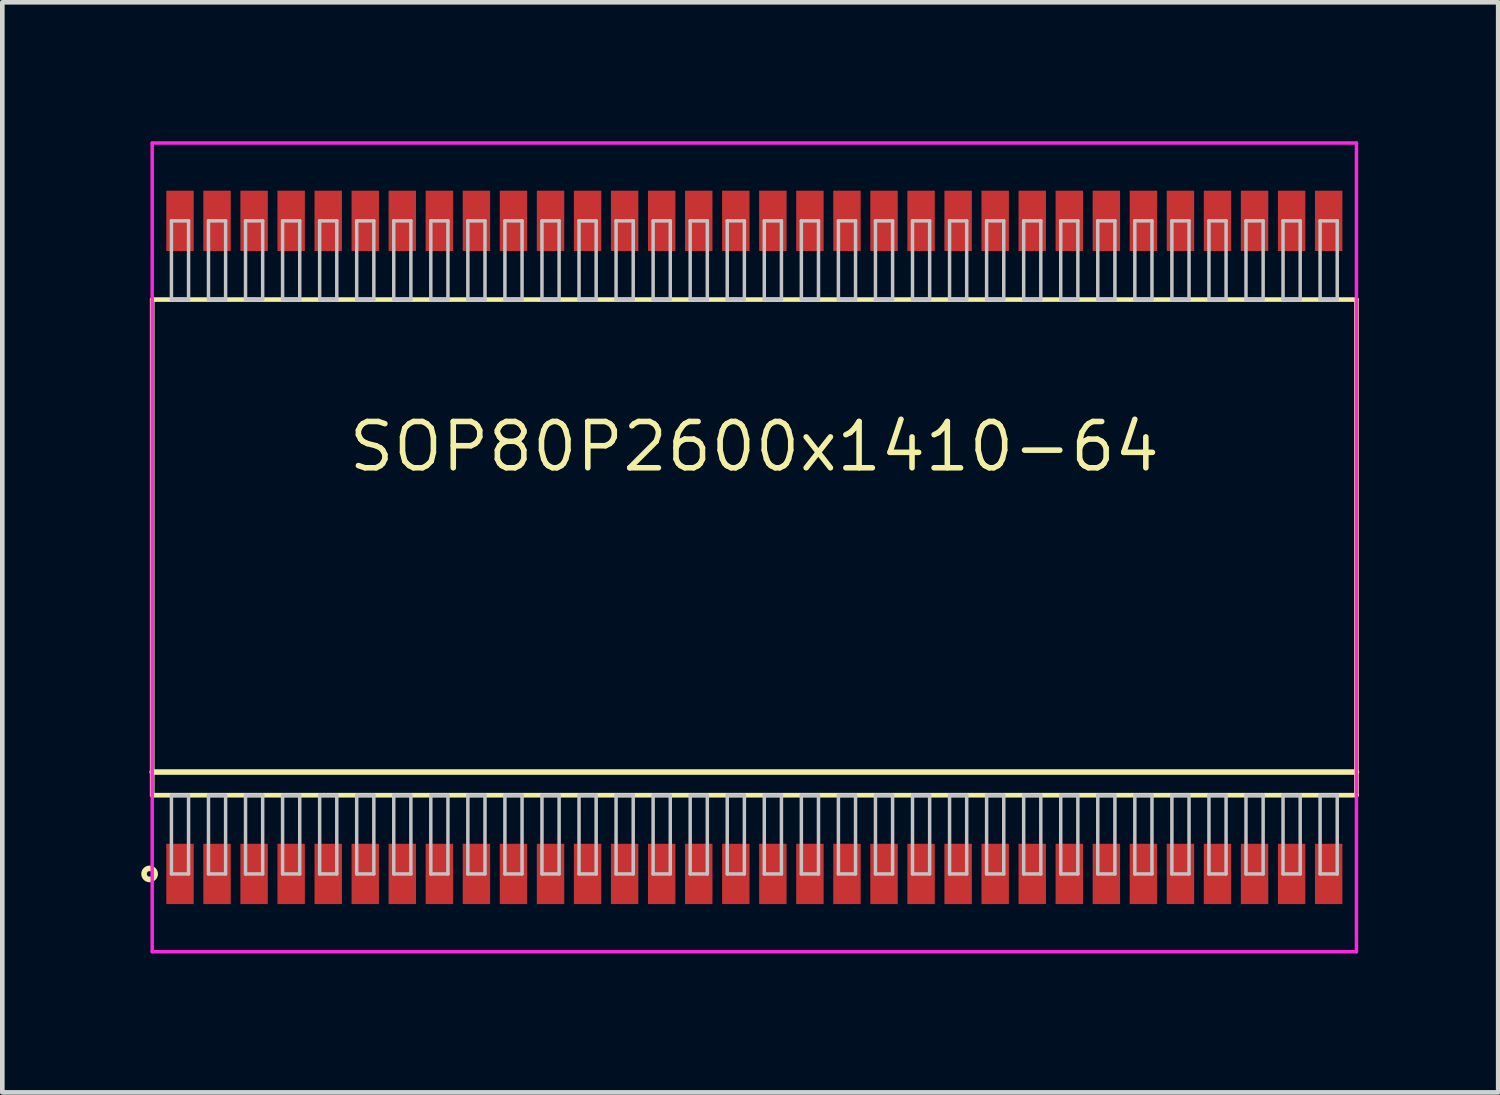
<source format=kicad_pcb>
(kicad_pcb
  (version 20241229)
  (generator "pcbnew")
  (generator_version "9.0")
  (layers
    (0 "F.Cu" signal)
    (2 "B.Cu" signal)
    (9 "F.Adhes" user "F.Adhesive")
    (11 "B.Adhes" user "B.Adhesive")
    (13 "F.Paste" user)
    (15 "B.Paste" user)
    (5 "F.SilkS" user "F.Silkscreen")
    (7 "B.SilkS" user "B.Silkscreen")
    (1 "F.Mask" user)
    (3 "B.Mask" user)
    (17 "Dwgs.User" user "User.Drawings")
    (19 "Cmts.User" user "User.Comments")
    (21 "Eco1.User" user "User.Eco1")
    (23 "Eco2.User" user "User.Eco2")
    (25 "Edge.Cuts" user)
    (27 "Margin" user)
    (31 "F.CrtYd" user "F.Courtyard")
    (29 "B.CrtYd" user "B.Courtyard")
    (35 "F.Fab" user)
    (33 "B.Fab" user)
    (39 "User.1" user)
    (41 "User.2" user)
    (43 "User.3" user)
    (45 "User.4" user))
  (footprint "SOP80P2600x1410-64"
    (layer "F.Cu")
    (at 13.236 8.768)
    (property "Reference" "SOP80P2600x1410-64" (at 0 -2.175 0) (layer "F.SilkS") (effects (font (size 1 1) (thickness 0.12))))
    (attr through_hole)
    (fp_line (start -13 -5.35) (end -13 5.35) (stroke (width 0.1) (type solid)) (layer "F.SilkS"))
    (fp_line (start -13 4.85) (end 13 4.85) (stroke (width 0.12) (type solid)) (layer "F.SilkS"))
    (fp_line (start -13 5.35) (end 13 5.35) (stroke (width 0.1) (type solid)) (layer "F.SilkS"))
    (fp_line (start 13 -5.35) (end -13 -5.35) (stroke (width 0.1) (type solid)) (layer "F.SilkS"))
    (fp_line (start 13 5.35) (end 13 -5.35) (stroke (width 0.1) (type solid)) (layer "F.SilkS"))
    (fp_circle (center -13.056 7.05) (end -12.936 7.05) (stroke (width 0.12) (type solid)) (fill no) (layer "F.SilkS"))
    (fp_line (start -12.585 -7.05) (end -12.585 -5.35) (stroke (width 0.075) (type solid)) (layer "Dwgs.User"))
    (fp_line (start -12.585 -5.35) (end -12.215 -5.35) (stroke (width 0.075) (type solid)) (layer "Dwgs.User"))
    (fp_line (start -12.585 5.35) (end -12.215 5.35) (stroke (width 0.075) (type solid)) (layer "Dwgs.User"))
    (fp_line (start -12.585 7.05) (end -12.585 5.35) (stroke (width 0.075) (type solid)) (layer "Dwgs.User"))
    (fp_line (start -12.215 -7.05) (end -12.585 -7.05) (stroke (width 0.075) (type solid)) (layer "Dwgs.User"))
    (fp_line (start -12.215 -5.35) (end -12.215 -7.05) (stroke (width 0.075) (type solid)) (layer "Dwgs.User"))
    (fp_line (start -12.215 5.35) (end -12.215 7.05) (stroke (width 0.075) (type solid)) (layer "Dwgs.User"))
    (fp_line (start -12.215 7.05) (end -12.585 7.05) (stroke (width 0.075) (type solid)) (layer "Dwgs.User"))
    (fp_line (start -11.785 -7.05) (end -11.785 -5.35) (stroke (width 0.075) (type solid)) (layer "Dwgs.User"))
    (fp_line (start -11.785 -5.35) (end -11.415 -5.35) (stroke (width 0.075) (type solid)) (layer "Dwgs.User"))
    (fp_line (start -11.785 5.35) (end -11.415 5.35) (stroke (width 0.075) (type solid)) (layer "Dwgs.User"))
    (fp_line (start -11.785 7.05) (end -11.785 5.35) (stroke (width 0.075) (type solid)) (layer "Dwgs.User"))
    (fp_line (start -11.415 -7.05) (end -11.785 -7.05) (stroke (width 0.075) (type solid)) (layer "Dwgs.User"))
    (fp_line (start -11.415 -5.35) (end -11.415 -7.05) (stroke (width 0.075) (type solid)) (layer "Dwgs.User"))
    (fp_line (start -11.415 5.35) (end -11.415 7.05) (stroke (width 0.075) (type solid)) (layer "Dwgs.User"))
    (fp_line (start -11.415 7.05) (end -11.785 7.05) (stroke (width 0.075) (type solid)) (layer "Dwgs.User"))
    (fp_line (start -10.985 -7.05) (end -10.985 -5.35) (stroke (width 0.075) (type solid)) (layer "Dwgs.User"))
    (fp_line (start -10.985 -5.35) (end -10.615 -5.35) (stroke (width 0.075) (type solid)) (layer "Dwgs.User"))
    (fp_line (start -10.985 5.35) (end -10.615 5.35) (stroke (width 0.075) (type solid)) (layer "Dwgs.User"))
    (fp_line (start -10.985 7.05) (end -10.985 5.35) (stroke (width 0.075) (type solid)) (layer "Dwgs.User"))
    (fp_line (start -10.615 -7.05) (end -10.985 -7.05) (stroke (width 0.075) (type solid)) (layer "Dwgs.User"))
    (fp_line (start -10.615 -5.35) (end -10.615 -7.05) (stroke (width 0.075) (type solid)) (layer "Dwgs.User"))
    (fp_line (start -10.615 5.35) (end -10.615 7.05) (stroke (width 0.075) (type solid)) (layer "Dwgs.User"))
    (fp_line (start -10.615 7.05) (end -10.985 7.05) (stroke (width 0.075) (type solid)) (layer "Dwgs.User"))
    (fp_line (start -10.185 -7.05) (end -10.185 -5.35) (stroke (width 0.075) (type solid)) (layer "Dwgs.User"))
    (fp_line (start -10.185 -5.35) (end -9.815 -5.35) (stroke (width 0.075) (type solid)) (layer "Dwgs.User"))
    (fp_line (start -10.185 5.35) (end -9.815 5.35) (stroke (width 0.075) (type solid)) (layer "Dwgs.User"))
    (fp_line (start -10.185 7.05) (end -10.185 5.35) (stroke (width 0.075) (type solid)) (layer "Dwgs.User"))
    (fp_line (start -9.815 -7.05) (end -10.185 -7.05) (stroke (width 0.075) (type solid)) (layer "Dwgs.User"))
    (fp_line (start -9.815 -5.35) (end -9.815 -7.05) (stroke (width 0.075) (type solid)) (layer "Dwgs.User"))
    (fp_line (start -9.815 5.35) (end -9.815 7.05) (stroke (width 0.075) (type solid)) (layer "Dwgs.User"))
    (fp_line (start -9.815 7.05) (end -10.185 7.05) (stroke (width 0.075) (type solid)) (layer "Dwgs.User"))
    (fp_line (start -9.385 -7.05) (end -9.385 -5.35) (stroke (width 0.075) (type solid)) (layer "Dwgs.User"))
    (fp_line (start -9.385 -5.35) (end -9.015 -5.35) (stroke (width 0.075) (type solid)) (layer "Dwgs.User"))
    (fp_line (start -9.385 5.35) (end -9.015 5.35) (stroke (width 0.075) (type solid)) (layer "Dwgs.User"))
    (fp_line (start -9.385 7.05) (end -9.385 5.35) (stroke (width 0.075) (type solid)) (layer "Dwgs.User"))
    (fp_line (start -9.015 -7.05) (end -9.385 -7.05) (stroke (width 0.075) (type solid)) (layer "Dwgs.User"))
    (fp_line (start -9.015 -5.35) (end -9.015 -7.05) (stroke (width 0.075) (type solid)) (layer "Dwgs.User"))
    (fp_line (start -9.015 5.35) (end -9.015 7.05) (stroke (width 0.075) (type solid)) (layer "Dwgs.User"))
    (fp_line (start -9.015 7.05) (end -9.385 7.05) (stroke (width 0.075) (type solid)) (layer "Dwgs.User"))
    (fp_line (start -8.585 -7.05) (end -8.585 -5.35) (stroke (width 0.075) (type solid)) (layer "Dwgs.User"))
    (fp_line (start -8.585 -5.35) (end -8.215 -5.35) (stroke (width 0.075) (type solid)) (layer "Dwgs.User"))
    (fp_line (start -8.585 5.35) (end -8.215 5.35) (stroke (width 0.075) (type solid)) (layer "Dwgs.User"))
    (fp_line (start -8.585 7.05) (end -8.585 5.35) (stroke (width 0.075) (type solid)) (layer "Dwgs.User"))
    (fp_line (start -8.215 -7.05) (end -8.585 -7.05) (stroke (width 0.075) (type solid)) (layer "Dwgs.User"))
    (fp_line (start -8.215 -5.35) (end -8.215 -7.05) (stroke (width 0.075) (type solid)) (layer "Dwgs.User"))
    (fp_line (start -8.215 5.35) (end -8.215 7.05) (stroke (width 0.075) (type solid)) (layer "Dwgs.User"))
    (fp_line (start -8.215 7.05) (end -8.585 7.05) (stroke (width 0.075) (type solid)) (layer "Dwgs.User"))
    (fp_line (start -7.785 -7.05) (end -7.785 -5.35) (stroke (width 0.075) (type solid)) (layer "Dwgs.User"))
    (fp_line (start -7.785 -5.35) (end -7.415 -5.35) (stroke (width 0.075) (type solid)) (layer "Dwgs.User"))
    (fp_line (start -7.785 5.35) (end -7.415 5.35) (stroke (width 0.075) (type solid)) (layer "Dwgs.User"))
    (fp_line (start -7.785 7.05) (end -7.785 5.35) (stroke (width 0.075) (type solid)) (layer "Dwgs.User"))
    (fp_line (start -7.415 -7.05) (end -7.785 -7.05) (stroke (width 0.075) (type solid)) (layer "Dwgs.User"))
    (fp_line (start -7.415 -5.35) (end -7.415 -7.05) (stroke (width 0.075) (type solid)) (layer "Dwgs.User"))
    (fp_line (start -7.415 5.35) (end -7.415 7.05) (stroke (width 0.075) (type solid)) (layer "Dwgs.User"))
    (fp_line (start -7.415 7.05) (end -7.785 7.05) (stroke (width 0.075) (type solid)) (layer "Dwgs.User"))
    (fp_line (start -6.985 -7.05) (end -6.985 -5.35) (stroke (width 0.075) (type solid)) (layer "Dwgs.User"))
    (fp_line (start -6.985 -5.35) (end -6.615 -5.35) (stroke (width 0.075) (type solid)) (layer "Dwgs.User"))
    (fp_line (start -6.985 5.35) (end -6.615 5.35) (stroke (width 0.075) (type solid)) (layer "Dwgs.User"))
    (fp_line (start -6.985 7.05) (end -6.985 5.35) (stroke (width 0.075) (type solid)) (layer "Dwgs.User"))
    (fp_line (start -6.615 -7.05) (end -6.985 -7.05) (stroke (width 0.075) (type solid)) (layer "Dwgs.User"))
    (fp_line (start -6.615 -5.35) (end -6.615 -7.05) (stroke (width 0.075) (type solid)) (layer "Dwgs.User"))
    (fp_line (start -6.615 5.35) (end -6.615 7.05) (stroke (width 0.075) (type solid)) (layer "Dwgs.User"))
    (fp_line (start -6.615 7.05) (end -6.985 7.05) (stroke (width 0.075) (type solid)) (layer "Dwgs.User"))
    (fp_line (start -6.185 -7.05) (end -6.185 -5.35) (stroke (width 0.075) (type solid)) (layer "Dwgs.User"))
    (fp_line (start -6.185 -5.35) (end -5.815 -5.35) (stroke (width 0.075) (type solid)) (layer "Dwgs.User"))
    (fp_line (start -6.185 5.35) (end -5.815 5.35) (stroke (width 0.075) (type solid)) (layer "Dwgs.User"))
    (fp_line (start -6.185 7.05) (end -6.185 5.35) (stroke (width 0.075) (type solid)) (layer "Dwgs.User"))
    (fp_line (start -5.815 -7.05) (end -6.185 -7.05) (stroke (width 0.075) (type solid)) (layer "Dwgs.User"))
    (fp_line (start -5.815 -5.35) (end -5.815 -7.05) (stroke (width 0.075) (type solid)) (layer "Dwgs.User"))
    (fp_line (start -5.815 5.35) (end -5.815 7.05) (stroke (width 0.075) (type solid)) (layer "Dwgs.User"))
    (fp_line (start -5.815 7.05) (end -6.185 7.05) (stroke (width 0.075) (type solid)) (layer "Dwgs.User"))
    (fp_line (start -5.385 -7.05) (end -5.385 -5.35) (stroke (width 0.075) (type solid)) (layer "Dwgs.User"))
    (fp_line (start -5.385 -5.35) (end -5.015 -5.35) (stroke (width 0.075) (type solid)) (layer "Dwgs.User"))
    (fp_line (start -5.385 5.35) (end -5.015 5.35) (stroke (width 0.075) (type solid)) (layer "Dwgs.User"))
    (fp_line (start -5.385 7.05) (end -5.385 5.35) (stroke (width 0.075) (type solid)) (layer "Dwgs.User"))
    (fp_line (start -5.015 -7.05) (end -5.385 -7.05) (stroke (width 0.075) (type solid)) (layer "Dwgs.User"))
    (fp_line (start -5.015 -5.35) (end -5.015 -7.05) (stroke (width 0.075) (type solid)) (layer "Dwgs.User"))
    (fp_line (start -5.015 5.35) (end -5.015 7.05) (stroke (width 0.075) (type solid)) (layer "Dwgs.User"))
    (fp_line (start -5.015 7.05) (end -5.385 7.05) (stroke (width 0.075) (type solid)) (layer "Dwgs.User"))
    (fp_line (start -4.585 -7.05) (end -4.585 -5.35) (stroke (width 0.075) (type solid)) (layer "Dwgs.User"))
    (fp_line (start -4.585 -5.35) (end -4.215 -5.35) (stroke (width 0.075) (type solid)) (layer "Dwgs.User"))
    (fp_line (start -4.585 5.35) (end -4.215 5.35) (stroke (width 0.075) (type solid)) (layer "Dwgs.User"))
    (fp_line (start -4.585 7.05) (end -4.585 5.35) (stroke (width 0.075) (type solid)) (layer "Dwgs.User"))
    (fp_line (start -4.215 -7.05) (end -4.585 -7.05) (stroke (width 0.075) (type solid)) (layer "Dwgs.User"))
    (fp_line (start -4.215 -5.35) (end -4.215 -7.05) (stroke (width 0.075) (type solid)) (layer "Dwgs.User"))
    (fp_line (start -4.215 5.35) (end -4.215 7.05) (stroke (width 0.075) (type solid)) (layer "Dwgs.User"))
    (fp_line (start -4.215 7.05) (end -4.585 7.05) (stroke (width 0.075) (type solid)) (layer "Dwgs.User"))
    (fp_line (start -3.785 -7.05) (end -3.785 -5.35) (stroke (width 0.075) (type solid)) (layer "Dwgs.User"))
    (fp_line (start -3.785 -5.35) (end -3.415 -5.35) (stroke (width 0.075) (type solid)) (layer "Dwgs.User"))
    (fp_line (start -3.785 5.35) (end -3.415 5.35) (stroke (width 0.075) (type solid)) (layer "Dwgs.User"))
    (fp_line (start -3.785 7.05) (end -3.785 5.35) (stroke (width 0.075) (type solid)) (layer "Dwgs.User"))
    (fp_line (start -3.415 -7.05) (end -3.785 -7.05) (stroke (width 0.075) (type solid)) (layer "Dwgs.User"))
    (fp_line (start -3.415 -5.35) (end -3.415 -7.05) (stroke (width 0.075) (type solid)) (layer "Dwgs.User"))
    (fp_line (start -3.415 5.35) (end -3.415 7.05) (stroke (width 0.075) (type solid)) (layer "Dwgs.User"))
    (fp_line (start -3.415 7.05) (end -3.785 7.05) (stroke (width 0.075) (type solid)) (layer "Dwgs.User"))
    (fp_line (start -2.985 -7.05) (end -2.985 -5.35) (stroke (width 0.075) (type solid)) (layer "Dwgs.User"))
    (fp_line (start -2.985 -5.35) (end -2.615 -5.35) (stroke (width 0.075) (type solid)) (layer "Dwgs.User"))
    (fp_line (start -2.985 5.35) (end -2.615 5.35) (stroke (width 0.075) (type solid)) (layer "Dwgs.User"))
    (fp_line (start -2.985 7.05) (end -2.985 5.35) (stroke (width 0.075) (type solid)) (layer "Dwgs.User"))
    (fp_line (start -2.615 -7.05) (end -2.985 -7.05) (stroke (width 0.075) (type solid)) (layer "Dwgs.User"))
    (fp_line (start -2.615 -5.35) (end -2.615 -7.05) (stroke (width 0.075) (type solid)) (layer "Dwgs.User"))
    (fp_line (start -2.615 5.35) (end -2.615 7.05) (stroke (width 0.075) (type solid)) (layer "Dwgs.User"))
    (fp_line (start -2.615 7.05) (end -2.985 7.05) (stroke (width 0.075) (type solid)) (layer "Dwgs.User"))
    (fp_line (start -2.185 -7.05) (end -2.185 -5.35) (stroke (width 0.075) (type solid)) (layer "Dwgs.User"))
    (fp_line (start -2.185 -5.35) (end -1.815 -5.35) (stroke (width 0.075) (type solid)) (layer "Dwgs.User"))
    (fp_line (start -2.185 5.35) (end -1.815 5.35) (stroke (width 0.075) (type solid)) (layer "Dwgs.User"))
    (fp_line (start -2.185 7.05) (end -2.185 5.35) (stroke (width 0.075) (type solid)) (layer "Dwgs.User"))
    (fp_line (start -1.815 -7.05) (end -2.185 -7.05) (stroke (width 0.075) (type solid)) (layer "Dwgs.User"))
    (fp_line (start -1.815 -5.35) (end -1.815 -7.05) (stroke (width 0.075) (type solid)) (layer "Dwgs.User"))
    (fp_line (start -1.815 5.35) (end -1.815 7.05) (stroke (width 0.075) (type solid)) (layer "Dwgs.User"))
    (fp_line (start -1.815 7.05) (end -2.185 7.05) (stroke (width 0.075) (type solid)) (layer "Dwgs.User"))
    (fp_line (start -1.385 -7.05) (end -1.385 -5.35) (stroke (width 0.075) (type solid)) (layer "Dwgs.User"))
    (fp_line (start -1.385 -5.35) (end -1.015 -5.35) (stroke (width 0.075) (type solid)) (layer "Dwgs.User"))
    (fp_line (start -1.385 5.35) (end -1.015 5.35) (stroke (width 0.075) (type solid)) (layer "Dwgs.User"))
    (fp_line (start -1.385 7.05) (end -1.385 5.35) (stroke (width 0.075) (type solid)) (layer "Dwgs.User"))
    (fp_line (start -1.015 -7.05) (end -1.385 -7.05) (stroke (width 0.075) (type solid)) (layer "Dwgs.User"))
    (fp_line (start -1.015 -5.35) (end -1.015 -7.05) (stroke (width 0.075) (type solid)) (layer "Dwgs.User"))
    (fp_line (start -1.015 5.35) (end -1.015 7.05) (stroke (width 0.075) (type solid)) (layer "Dwgs.User"))
    (fp_line (start -1.015 7.05) (end -1.385 7.05) (stroke (width 0.075) (type solid)) (layer "Dwgs.User"))
    (fp_line (start -0.585 -7.05) (end -0.585 -5.35) (stroke (width 0.075) (type solid)) (layer "Dwgs.User"))
    (fp_line (start -0.585 -5.35) (end -0.215 -5.35) (stroke (width 0.075) (type solid)) (layer "Dwgs.User"))
    (fp_line (start -0.585 5.35) (end -0.215 5.35) (stroke (width 0.075) (type solid)) (layer "Dwgs.User"))
    (fp_line (start -0.585 7.05) (end -0.585 5.35) (stroke (width 0.075) (type solid)) (layer "Dwgs.User"))
    (fp_line (start -0.215 -7.05) (end -0.585 -7.05) (stroke (width 0.075) (type solid)) (layer "Dwgs.User"))
    (fp_line (start -0.215 -5.35) (end -0.215 -7.05) (stroke (width 0.075) (type solid)) (layer "Dwgs.User"))
    (fp_line (start -0.215 5.35) (end -0.215 7.05) (stroke (width 0.075) (type solid)) (layer "Dwgs.User"))
    (fp_line (start -0.215 7.05) (end -0.585 7.05) (stroke (width 0.075) (type solid)) (layer "Dwgs.User"))
    (fp_line (start 0.215 -7.05) (end 0.215 -5.35) (stroke (width 0.075) (type solid)) (layer "Dwgs.User"))
    (fp_line (start 0.215 -5.35) (end 0.585 -5.35) (stroke (width 0.075) (type solid)) (layer "Dwgs.User"))
    (fp_line (start 0.215 5.35) (end 0.585 5.35) (stroke (width 0.075) (type solid)) (layer "Dwgs.User"))
    (fp_line (start 0.215 7.05) (end 0.215 5.35) (stroke (width 0.075) (type solid)) (layer "Dwgs.User"))
    (fp_line (start 0.585 -7.05) (end 0.215 -7.05) (stroke (width 0.075) (type solid)) (layer "Dwgs.User"))
    (fp_line (start 0.585 -5.35) (end 0.585 -7.05) (stroke (width 0.075) (type solid)) (layer "Dwgs.User"))
    (fp_line (start 0.585 5.35) (end 0.585 7.05) (stroke (width 0.075) (type solid)) (layer "Dwgs.User"))
    (fp_line (start 0.585 7.05) (end 0.215 7.05) (stroke (width 0.075) (type solid)) (layer "Dwgs.User"))
    (fp_line (start 1.015 -7.05) (end 1.015 -5.35) (stroke (width 0.075) (type solid)) (layer "Dwgs.User"))
    (fp_line (start 1.015 -5.35) (end 1.385 -5.35) (stroke (width 0.075) (type solid)) (layer "Dwgs.User"))
    (fp_line (start 1.015 5.35) (end 1.385 5.35) (stroke (width 0.075) (type solid)) (layer "Dwgs.User"))
    (fp_line (start 1.015 7.05) (end 1.015 5.35) (stroke (width 0.075) (type solid)) (layer "Dwgs.User"))
    (fp_line (start 1.385 -7.05) (end 1.015 -7.05) (stroke (width 0.075) (type solid)) (layer "Dwgs.User"))
    (fp_line (start 1.385 -5.35) (end 1.385 -7.05) (stroke (width 0.075) (type solid)) (layer "Dwgs.User"))
    (fp_line (start 1.385 5.35) (end 1.385 7.05) (stroke (width 0.075) (type solid)) (layer "Dwgs.User"))
    (fp_line (start 1.385 7.05) (end 1.015 7.05) (stroke (width 0.075) (type solid)) (layer "Dwgs.User"))
    (fp_line (start 1.815 -7.05) (end 1.815 -5.35) (stroke (width 0.075) (type solid)) (layer "Dwgs.User"))
    (fp_line (start 1.815 -5.35) (end 2.185 -5.35) (stroke (width 0.075) (type solid)) (layer "Dwgs.User"))
    (fp_line (start 1.815 5.35) (end 2.185 5.35) (stroke (width 0.075) (type solid)) (layer "Dwgs.User"))
    (fp_line (start 1.815 7.05) (end 1.815 5.35) (stroke (width 0.075) (type solid)) (layer "Dwgs.User"))
    (fp_line (start 2.185 -7.05) (end 1.815 -7.05) (stroke (width 0.075) (type solid)) (layer "Dwgs.User"))
    (fp_line (start 2.185 -5.35) (end 2.185 -7.05) (stroke (width 0.075) (type solid)) (layer "Dwgs.User"))
    (fp_line (start 2.185 5.35) (end 2.185 7.05) (stroke (width 0.075) (type solid)) (layer "Dwgs.User"))
    (fp_line (start 2.185 7.05) (end 1.815 7.05) (stroke (width 0.075) (type solid)) (layer "Dwgs.User"))
    (fp_line (start 2.615 -7.05) (end 2.615 -5.35) (stroke (width 0.075) (type solid)) (layer "Dwgs.User"))
    (fp_line (start 2.615 -5.35) (end 2.985 -5.35) (stroke (width 0.075) (type solid)) (layer "Dwgs.User"))
    (fp_line (start 2.615 5.35) (end 2.985 5.35) (stroke (width 0.075) (type solid)) (layer "Dwgs.User"))
    (fp_line (start 2.615 7.05) (end 2.615 5.35) (stroke (width 0.075) (type solid)) (layer "Dwgs.User"))
    (fp_line (start 2.985 -7.05) (end 2.615 -7.05) (stroke (width 0.075) (type solid)) (layer "Dwgs.User"))
    (fp_line (start 2.985 -5.35) (end 2.985 -7.05) (stroke (width 0.075) (type solid)) (layer "Dwgs.User"))
    (fp_line (start 2.985 5.35) (end 2.985 7.05) (stroke (width 0.075) (type solid)) (layer "Dwgs.User"))
    (fp_line (start 2.985 7.05) (end 2.615 7.05) (stroke (width 0.075) (type solid)) (layer "Dwgs.User"))
    (fp_line (start 3.415 -7.05) (end 3.415 -5.35) (stroke (width 0.075) (type solid)) (layer "Dwgs.User"))
    (fp_line (start 3.415 -5.35) (end 3.785 -5.35) (stroke (width 0.075) (type solid)) (layer "Dwgs.User"))
    (fp_line (start 3.415 5.35) (end 3.785 5.35) (stroke (width 0.075) (type solid)) (layer "Dwgs.User"))
    (fp_line (start 3.415 7.05) (end 3.415 5.35) (stroke (width 0.075) (type solid)) (layer "Dwgs.User"))
    (fp_line (start 3.785 -7.05) (end 3.415 -7.05) (stroke (width 0.075) (type solid)) (layer "Dwgs.User"))
    (fp_line (start 3.785 -5.35) (end 3.785 -7.05) (stroke (width 0.075) (type solid)) (layer "Dwgs.User"))
    (fp_line (start 3.785 5.35) (end 3.785 7.05) (stroke (width 0.075) (type solid)) (layer "Dwgs.User"))
    (fp_line (start 3.785 7.05) (end 3.415 7.05) (stroke (width 0.075) (type solid)) (layer "Dwgs.User"))
    (fp_line (start 4.215 -7.05) (end 4.215 -5.35) (stroke (width 0.075) (type solid)) (layer "Dwgs.User"))
    (fp_line (start 4.215 -5.35) (end 4.585 -5.35) (stroke (width 0.075) (type solid)) (layer "Dwgs.User"))
    (fp_line (start 4.215 5.35) (end 4.585 5.35) (stroke (width 0.075) (type solid)) (layer "Dwgs.User"))
    (fp_line (start 4.215 7.05) (end 4.215 5.35) (stroke (width 0.075) (type solid)) (layer "Dwgs.User"))
    (fp_line (start 4.585 -7.05) (end 4.215 -7.05) (stroke (width 0.075) (type solid)) (layer "Dwgs.User"))
    (fp_line (start 4.585 -5.35) (end 4.585 -7.05) (stroke (width 0.075) (type solid)) (layer "Dwgs.User"))
    (fp_line (start 4.585 5.35) (end 4.585 7.05) (stroke (width 0.075) (type solid)) (layer "Dwgs.User"))
    (fp_line (start 4.585 7.05) (end 4.215 7.05) (stroke (width 0.075) (type solid)) (layer "Dwgs.User"))
    (fp_line (start 5.015 -7.05) (end 5.015 -5.35) (stroke (width 0.075) (type solid)) (layer "Dwgs.User"))
    (fp_line (start 5.015 -5.35) (end 5.385 -5.35) (stroke (width 0.075) (type solid)) (layer "Dwgs.User"))
    (fp_line (start 5.015 5.35) (end 5.385 5.35) (stroke (width 0.075) (type solid)) (layer "Dwgs.User"))
    (fp_line (start 5.015 7.05) (end 5.015 5.35) (stroke (width 0.075) (type solid)) (layer "Dwgs.User"))
    (fp_line (start 5.385 -7.05) (end 5.015 -7.05) (stroke (width 0.075) (type solid)) (layer "Dwgs.User"))
    (fp_line (start 5.385 -5.35) (end 5.385 -7.05) (stroke (width 0.075) (type solid)) (layer "Dwgs.User"))
    (fp_line (start 5.385 5.35) (end 5.385 7.05) (stroke (width 0.075) (type solid)) (layer "Dwgs.User"))
    (fp_line (start 5.385 7.05) (end 5.015 7.05) (stroke (width 0.075) (type solid)) (layer "Dwgs.User"))
    (fp_line (start 5.815 -7.05) (end 5.815 -5.35) (stroke (width 0.075) (type solid)) (layer "Dwgs.User"))
    (fp_line (start 5.815 -5.35) (end 6.185 -5.35) (stroke (width 0.075) (type solid)) (layer "Dwgs.User"))
    (fp_line (start 5.815 5.35) (end 6.185 5.35) (stroke (width 0.075) (type solid)) (layer "Dwgs.User"))
    (fp_line (start 5.815 7.05) (end 5.815 5.35) (stroke (width 0.075) (type solid)) (layer "Dwgs.User"))
    (fp_line (start 6.185 -7.05) (end 5.815 -7.05) (stroke (width 0.075) (type solid)) (layer "Dwgs.User"))
    (fp_line (start 6.185 -5.35) (end 6.185 -7.05) (stroke (width 0.075) (type solid)) (layer "Dwgs.User"))
    (fp_line (start 6.185 5.35) (end 6.185 7.05) (stroke (width 0.075) (type solid)) (layer "Dwgs.User"))
    (fp_line (start 6.185 7.05) (end 5.815 7.05) (stroke (width 0.075) (type solid)) (layer "Dwgs.User"))
    (fp_line (start 6.615 -7.05) (end 6.615 -5.35) (stroke (width 0.075) (type solid)) (layer "Dwgs.User"))
    (fp_line (start 6.615 -5.35) (end 6.985 -5.35) (stroke (width 0.075) (type solid)) (layer "Dwgs.User"))
    (fp_line (start 6.615 5.35) (end 6.985 5.35) (stroke (width 0.075) (type solid)) (layer "Dwgs.User"))
    (fp_line (start 6.615 7.05) (end 6.615 5.35) (stroke (width 0.075) (type solid)) (layer "Dwgs.User"))
    (fp_line (start 6.985 -7.05) (end 6.615 -7.05) (stroke (width 0.075) (type solid)) (layer "Dwgs.User"))
    (fp_line (start 6.985 -5.35) (end 6.985 -7.05) (stroke (width 0.075) (type solid)) (layer "Dwgs.User"))
    (fp_line (start 6.985 5.35) (end 6.985 7.05) (stroke (width 0.075) (type solid)) (layer "Dwgs.User"))
    (fp_line (start 6.985 7.05) (end 6.615 7.05) (stroke (width 0.075) (type solid)) (layer "Dwgs.User"))
    (fp_line (start 7.415 -7.05) (end 7.415 -5.35) (stroke (width 0.075) (type solid)) (layer "Dwgs.User"))
    (fp_line (start 7.415 -5.35) (end 7.785 -5.35) (stroke (width 0.075) (type solid)) (layer "Dwgs.User"))
    (fp_line (start 7.415 5.35) (end 7.785 5.35) (stroke (width 0.075) (type solid)) (layer "Dwgs.User"))
    (fp_line (start 7.415 7.05) (end 7.415 5.35) (stroke (width 0.075) (type solid)) (layer "Dwgs.User"))
    (fp_line (start 7.785 -7.05) (end 7.415 -7.05) (stroke (width 0.075) (type solid)) (layer "Dwgs.User"))
    (fp_line (start 7.785 -5.35) (end 7.785 -7.05) (stroke (width 0.075) (type solid)) (layer "Dwgs.User"))
    (fp_line (start 7.785 5.35) (end 7.785 7.05) (stroke (width 0.075) (type solid)) (layer "Dwgs.User"))
    (fp_line (start 7.785 7.05) (end 7.415 7.05) (stroke (width 0.075) (type solid)) (layer "Dwgs.User"))
    (fp_line (start 8.215 -7.05) (end 8.215 -5.35) (stroke (width 0.075) (type solid)) (layer "Dwgs.User"))
    (fp_line (start 8.215 -5.35) (end 8.585 -5.35) (stroke (width 0.075) (type solid)) (layer "Dwgs.User"))
    (fp_line (start 8.215 5.35) (end 8.585 5.35) (stroke (width 0.075) (type solid)) (layer "Dwgs.User"))
    (fp_line (start 8.215 7.05) (end 8.215 5.35) (stroke (width 0.075) (type solid)) (layer "Dwgs.User"))
    (fp_line (start 8.585 -7.05) (end 8.215 -7.05) (stroke (width 0.075) (type solid)) (layer "Dwgs.User"))
    (fp_line (start 8.585 -5.35) (end 8.585 -7.05) (stroke (width 0.075) (type solid)) (layer "Dwgs.User"))
    (fp_line (start 8.585 5.35) (end 8.585 7.05) (stroke (width 0.075) (type solid)) (layer "Dwgs.User"))
    (fp_line (start 8.585 7.05) (end 8.215 7.05) (stroke (width 0.075) (type solid)) (layer "Dwgs.User"))
    (fp_line (start 9.015 -7.05) (end 9.015 -5.35) (stroke (width 0.075) (type solid)) (layer "Dwgs.User"))
    (fp_line (start 9.015 -5.35) (end 9.385 -5.35) (stroke (width 0.075) (type solid)) (layer "Dwgs.User"))
    (fp_line (start 9.015 5.35) (end 9.385 5.35) (stroke (width 0.075) (type solid)) (layer "Dwgs.User"))
    (fp_line (start 9.015 7.05) (end 9.015 5.35) (stroke (width 0.075) (type solid)) (layer "Dwgs.User"))
    (fp_line (start 9.385 -7.05) (end 9.015 -7.05) (stroke (width 0.075) (type solid)) (layer "Dwgs.User"))
    (fp_line (start 9.385 -5.35) (end 9.385 -7.05) (stroke (width 0.075) (type solid)) (layer "Dwgs.User"))
    (fp_line (start 9.385 5.35) (end 9.385 7.05) (stroke (width 0.075) (type solid)) (layer "Dwgs.User"))
    (fp_line (start 9.385 7.05) (end 9.015 7.05) (stroke (width 0.075) (type solid)) (layer "Dwgs.User"))
    (fp_line (start 9.815 -7.05) (end 9.815 -5.35) (stroke (width 0.075) (type solid)) (layer "Dwgs.User"))
    (fp_line (start 9.815 -5.35) (end 10.185 -5.35) (stroke (width 0.075) (type solid)) (layer "Dwgs.User"))
    (fp_line (start 9.815 5.35) (end 10.185 5.35) (stroke (width 0.075) (type solid)) (layer "Dwgs.User"))
    (fp_line (start 9.815 7.05) (end 9.815 5.35) (stroke (width 0.075) (type solid)) (layer "Dwgs.User"))
    (fp_line (start 10.185 -7.05) (end 9.815 -7.05) (stroke (width 0.075) (type solid)) (layer "Dwgs.User"))
    (fp_line (start 10.185 -5.35) (end 10.185 -7.05) (stroke (width 0.075) (type solid)) (layer "Dwgs.User"))
    (fp_line (start 10.185 5.35) (end 10.185 7.05) (stroke (width 0.075) (type solid)) (layer "Dwgs.User"))
    (fp_line (start 10.185 7.05) (end 9.815 7.05) (stroke (width 0.075) (type solid)) (layer "Dwgs.User"))
    (fp_line (start 10.615 -7.05) (end 10.615 -5.35) (stroke (width 0.075) (type solid)) (layer "Dwgs.User"))
    (fp_line (start 10.615 -5.35) (end 10.985 -5.35) (stroke (width 0.075) (type solid)) (layer "Dwgs.User"))
    (fp_line (start 10.615 5.35) (end 10.985 5.35) (stroke (width 0.075) (type solid)) (layer "Dwgs.User"))
    (fp_line (start 10.615 7.05) (end 10.615 5.35) (stroke (width 0.075) (type solid)) (layer "Dwgs.User"))
    (fp_line (start 10.985 -7.05) (end 10.615 -7.05) (stroke (width 0.075) (type solid)) (layer "Dwgs.User"))
    (fp_line (start 10.985 -5.35) (end 10.985 -7.05) (stroke (width 0.075) (type solid)) (layer "Dwgs.User"))
    (fp_line (start 10.985 5.35) (end 10.985 7.05) (stroke (width 0.075) (type solid)) (layer "Dwgs.User"))
    (fp_line (start 10.985 7.05) (end 10.615 7.05) (stroke (width 0.075) (type solid)) (layer "Dwgs.User"))
    (fp_line (start 11.415 -7.05) (end 11.415 -5.35) (stroke (width 0.075) (type solid)) (layer "Dwgs.User"))
    (fp_line (start 11.415 -5.35) (end 11.785 -5.35) (stroke (width 0.075) (type solid)) (layer "Dwgs.User"))
    (fp_line (start 11.415 5.35) (end 11.785 5.35) (stroke (width 0.075) (type solid)) (layer "Dwgs.User"))
    (fp_line (start 11.415 7.05) (end 11.415 5.35) (stroke (width 0.075) (type solid)) (layer "Dwgs.User"))
    (fp_line (start 11.785 -7.05) (end 11.415 -7.05) (stroke (width 0.075) (type solid)) (layer "Dwgs.User"))
    (fp_line (start 11.785 -5.35) (end 11.785 -7.05) (stroke (width 0.075) (type solid)) (layer "Dwgs.User"))
    (fp_line (start 11.785 5.35) (end 11.785 7.05) (stroke (width 0.075) (type solid)) (layer "Dwgs.User"))
    (fp_line (start 11.785 7.05) (end 11.415 7.05) (stroke (width 0.075) (type solid)) (layer "Dwgs.User"))
    (fp_line (start 12.215 -7.05) (end 12.215 -5.35) (stroke (width 0.075) (type solid)) (layer "Dwgs.User"))
    (fp_line (start 12.215 -5.35) (end 12.585 -5.35) (stroke (width 0.075) (type solid)) (layer "Dwgs.User"))
    (fp_line (start 12.215 5.35) (end 12.585 5.35) (stroke (width 0.075) (type solid)) (layer "Dwgs.User"))
    (fp_line (start 12.215 7.05) (end 12.215 5.35) (stroke (width 0.075) (type solid)) (layer "Dwgs.User"))
    (fp_line (start 12.585 -7.05) (end 12.215 -7.05) (stroke (width 0.075) (type solid)) (layer "Dwgs.User"))
    (fp_line (start 12.585 -5.35) (end 12.585 -7.05) (stroke (width 0.075) (type solid)) (layer "Dwgs.User"))
    (fp_line (start 12.585 5.35) (end 12.585 7.05) (stroke (width 0.075) (type solid)) (layer "Dwgs.User"))
    (fp_line (start 12.585 7.05) (end 12.215 7.05) (stroke (width 0.075) (type solid)) (layer "Dwgs.User"))
    (fp_line (start -0.75 0) (end 0.75 0) (stroke (width 0.12) (type solid)) (layer "Eco1.User"))
    (fp_line (start 0 -0.75) (end 0 0.75) (stroke (width 0.12) (type solid)) (layer "Eco1.User"))
    (fp_circle (center 0 0) (end 0.5 0) (stroke (width 0.12) (type solid)) (fill no) (layer "Eco1.User"))
    (fp_line (start -13 -8.73) (end -13 8.73) (stroke (width 0.075) (type solid)) (layer "F.CrtYd"))
    (fp_line (start -13 8.73) (end 13 8.73) (stroke (width 0.075) (type solid)) (layer "F.CrtYd"))
    (fp_line (start 13 -8.73) (end -13 -8.73) (stroke (width 0.075) (type solid)) (layer "F.CrtYd"))
    (fp_line (start 13 8.73) (end 13 -8.73) (stroke (width 0.075) (type solid)) (layer "F.CrtYd"))
    (pad "1" smd rect (at -12.4 7.05) (size 0.592 1.302) (layers "F.Cu" "F.Mask" "F.Paste"))
    (pad "2" smd rect (at -11.6 7.05) (size 0.592 1.302) (layers "F.Cu" "F.Mask" "F.Paste"))
    (pad "3" smd rect (at -10.8 7.05) (size 0.592 1.302) (layers "F.Cu" "F.Mask" "F.Paste"))
    (pad "4" smd rect (at -10 7.05) (size 0.592 1.302) (layers "F.Cu" "F.Mask" "F.Paste"))
    (pad "5" smd rect (at -9.2 7.05) (size 0.592 1.302) (layers "F.Cu" "F.Mask" "F.Paste"))
    (pad "6" smd rect (at -8.4 7.05) (size 0.592 1.302) (layers "F.Cu" "F.Mask" "F.Paste"))
    (pad "7" smd rect (at -7.6 7.05) (size 0.592 1.302) (layers "F.Cu" "F.Mask" "F.Paste"))
    (pad "8" smd rect (at -6.8 7.05) (size 0.592 1.302) (layers "F.Cu" "F.Mask" "F.Paste"))
    (pad "9" smd rect (at -6 7.05) (size 0.592 1.302) (layers "F.Cu" "F.Mask" "F.Paste"))
    (pad "10" smd rect (at -5.2 7.05) (size 0.592 1.302) (layers "F.Cu" "F.Mask" "F.Paste"))
    (pad "11" smd rect (at -4.4 7.05) (size 0.592 1.302) (layers "F.Cu" "F.Mask" "F.Paste"))
    (pad "12" smd rect (at -3.6 7.05) (size 0.592 1.302) (layers "F.Cu" "F.Mask" "F.Paste"))
    (pad "13" smd rect (at -2.8 7.05) (size 0.592 1.302) (layers "F.Cu" "F.Mask" "F.Paste"))
    (pad "14" smd rect (at -2 7.05) (size 0.592 1.302) (layers "F.Cu" "F.Mask" "F.Paste"))
    (pad "15" smd rect (at -1.2 7.05) (size 0.592 1.302) (layers "F.Cu" "F.Mask" "F.Paste"))
    (pad "16" smd rect (at -0.4 7.05) (size 0.592 1.302) (layers "F.Cu" "F.Mask" "F.Paste"))
    (pad "17" smd rect (at 0.4 7.05) (size 0.592 1.302) (layers "F.Cu" "F.Mask" "F.Paste"))
    (pad "18" smd rect (at 1.2 7.05) (size 0.592 1.302) (layers "F.Cu" "F.Mask" "F.Paste"))
    (pad "19" smd rect (at 2 7.05) (size 0.592 1.302) (layers "F.Cu" "F.Mask" "F.Paste"))
    (pad "20" smd rect (at 2.8 7.05) (size 0.592 1.302) (layers "F.Cu" "F.Mask" "F.Paste"))
    (pad "21" smd rect (at 3.6 7.05) (size 0.592 1.302) (layers "F.Cu" "F.Mask" "F.Paste"))
    (pad "22" smd rect (at 4.4 7.05) (size 0.592 1.302) (layers "F.Cu" "F.Mask" "F.Paste"))
    (pad "23" smd rect (at 5.2 7.05) (size 0.592 1.302) (layers "F.Cu" "F.Mask" "F.Paste"))
    (pad "24" smd rect (at 6 7.05) (size 0.592 1.302) (layers "F.Cu" "F.Mask" "F.Paste"))
    (pad "25" smd rect (at 6.8 7.05) (size 0.592 1.302) (layers "F.Cu" "F.Mask" "F.Paste"))
    (pad "26" smd rect (at 7.6 7.05) (size 0.592 1.302) (layers "F.Cu" "F.Mask" "F.Paste"))
    (pad "27" smd rect (at 8.4 7.05) (size 0.592 1.302) (layers "F.Cu" "F.Mask" "F.Paste"))
    (pad "28" smd rect (at 9.2 7.05) (size 0.592 1.302) (layers "F.Cu" "F.Mask" "F.Paste"))
    (pad "29" smd rect (at 10 7.05) (size 0.592 1.302) (layers "F.Cu" "F.Mask" "F.Paste"))
    (pad "30" smd rect (at 10.8 7.05) (size 0.592 1.302) (layers "F.Cu" "F.Mask" "F.Paste"))
    (pad "31" smd rect (at 11.6 7.05) (size 0.592 1.302) (layers "F.Cu" "F.Mask" "F.Paste"))
    (pad "32" smd rect (at 12.4 7.05) (size 0.592 1.302) (layers "F.Cu" "F.Mask" "F.Paste"))
    (pad "33" smd rect (at 12.4 -7.05) (size 0.592 1.302) (layers "F.Cu" "F.Mask" "F.Paste"))
    (pad "34" smd rect (at 11.6 -7.05) (size 0.592 1.302) (layers "F.Cu" "F.Mask" "F.Paste"))
    (pad "35" smd rect (at 10.8 -7.05) (size 0.592 1.302) (layers "F.Cu" "F.Mask" "F.Paste"))
    (pad "36" smd rect (at 10 -7.05) (size 0.592 1.302) (layers "F.Cu" "F.Mask" "F.Paste"))
    (pad "37" smd rect (at 9.2 -7.05) (size 0.592 1.302) (layers "F.Cu" "F.Mask" "F.Paste"))
    (pad "38" smd rect (at 8.4 -7.05) (size 0.592 1.302) (layers "F.Cu" "F.Mask" "F.Paste"))
    (pad "39" smd rect (at 7.6 -7.05) (size 0.592 1.302) (layers "F.Cu" "F.Mask" "F.Paste"))
    (pad "40" smd rect (at 6.8 -7.05) (size 0.592 1.302) (layers "F.Cu" "F.Mask" "F.Paste"))
    (pad "41" smd rect (at 6 -7.05) (size 0.592 1.302) (layers "F.Cu" "F.Mask" "F.Paste"))
    (pad "42" smd rect (at 5.2 -7.05) (size 0.592 1.302) (layers "F.Cu" "F.Mask" "F.Paste"))
    (pad "43" smd rect (at 4.4 -7.05) (size 0.592 1.302) (layers "F.Cu" "F.Mask" "F.Paste"))
    (pad "44" smd rect (at 3.6 -7.05) (size 0.592 1.302) (layers "F.Cu" "F.Mask" "F.Paste"))
    (pad "45" smd rect (at 2.8 -7.05) (size 0.592 1.302) (layers "F.Cu" "F.Mask" "F.Paste"))
    (pad "46" smd rect (at 2 -7.05) (size 0.592 1.302) (layers "F.Cu" "F.Mask" "F.Paste"))
    (pad "47" smd rect (at 1.2 -7.05) (size 0.592 1.302) (layers "F.Cu" "F.Mask" "F.Paste"))
    (pad "48" smd rect (at 0.4 -7.05) (size 0.592 1.302) (layers "F.Cu" "F.Mask" "F.Paste"))
    (pad "49" smd rect (at -0.4 -7.05) (size 0.592 1.302) (layers "F.Cu" "F.Mask" "F.Paste"))
    (pad "50" smd rect (at -1.2 -7.05) (size 0.592 1.302) (layers "F.Cu" "F.Mask" "F.Paste"))
    (pad "51" smd rect (at -2 -7.05) (size 0.592 1.302) (layers "F.Cu" "F.Mask" "F.Paste"))
    (pad "52" smd rect (at -2.8 -7.05) (size 0.592 1.302) (layers "F.Cu" "F.Mask" "F.Paste"))
    (pad "53" smd rect (at -3.6 -7.05) (size 0.592 1.302) (layers "F.Cu" "F.Mask" "F.Paste"))
    (pad "54" smd rect (at -4.4 -7.05) (size 0.592 1.302) (layers "F.Cu" "F.Mask" "F.Paste"))
    (pad "55" smd rect (at -5.2 -7.05) (size 0.592 1.302) (layers "F.Cu" "F.Mask" "F.Paste"))
    (pad "56" smd rect (at -6 -7.05) (size 0.592 1.302) (layers "F.Cu" "F.Mask" "F.Paste"))
    (pad "57" smd rect (at -6.8 -7.05) (size 0.592 1.302) (layers "F.Cu" "F.Mask" "F.Paste"))
    (pad "58" smd rect (at -7.6 -7.05) (size 0.592 1.302) (layers "F.Cu" "F.Mask" "F.Paste"))
    (pad "59" smd rect (at -8.4 -7.05) (size 0.592 1.302) (layers "F.Cu" "F.Mask" "F.Paste"))
    (pad "60" smd rect (at -9.2 -7.05) (size 0.592 1.302) (layers "F.Cu" "F.Mask" "F.Paste"))
    (pad "61" smd rect (at -10 -7.05) (size 0.592 1.302) (layers "F.Cu" "F.Mask" "F.Paste"))
    (pad "62" smd rect (at -10.8 -7.05) (size 0.592 1.302) (layers "F.Cu" "F.Mask" "F.Paste"))
    (pad "63" smd rect (at -11.6 -7.05) (size 0.592 1.302) (layers "F.Cu" "F.Mask" "F.Paste"))
    (pad "64" smd rect (at -12.4 -7.05) (size 0.592 1.302) (layers "F.Cu" "F.Mask" "F.Paste")))
  (gr_rect
    (start -3 -3)
    (end 29.296 20.535)
    (stroke (width 0.1) (type default))
    (fill no)
    (layer "Edge.Cuts")))
</source>
